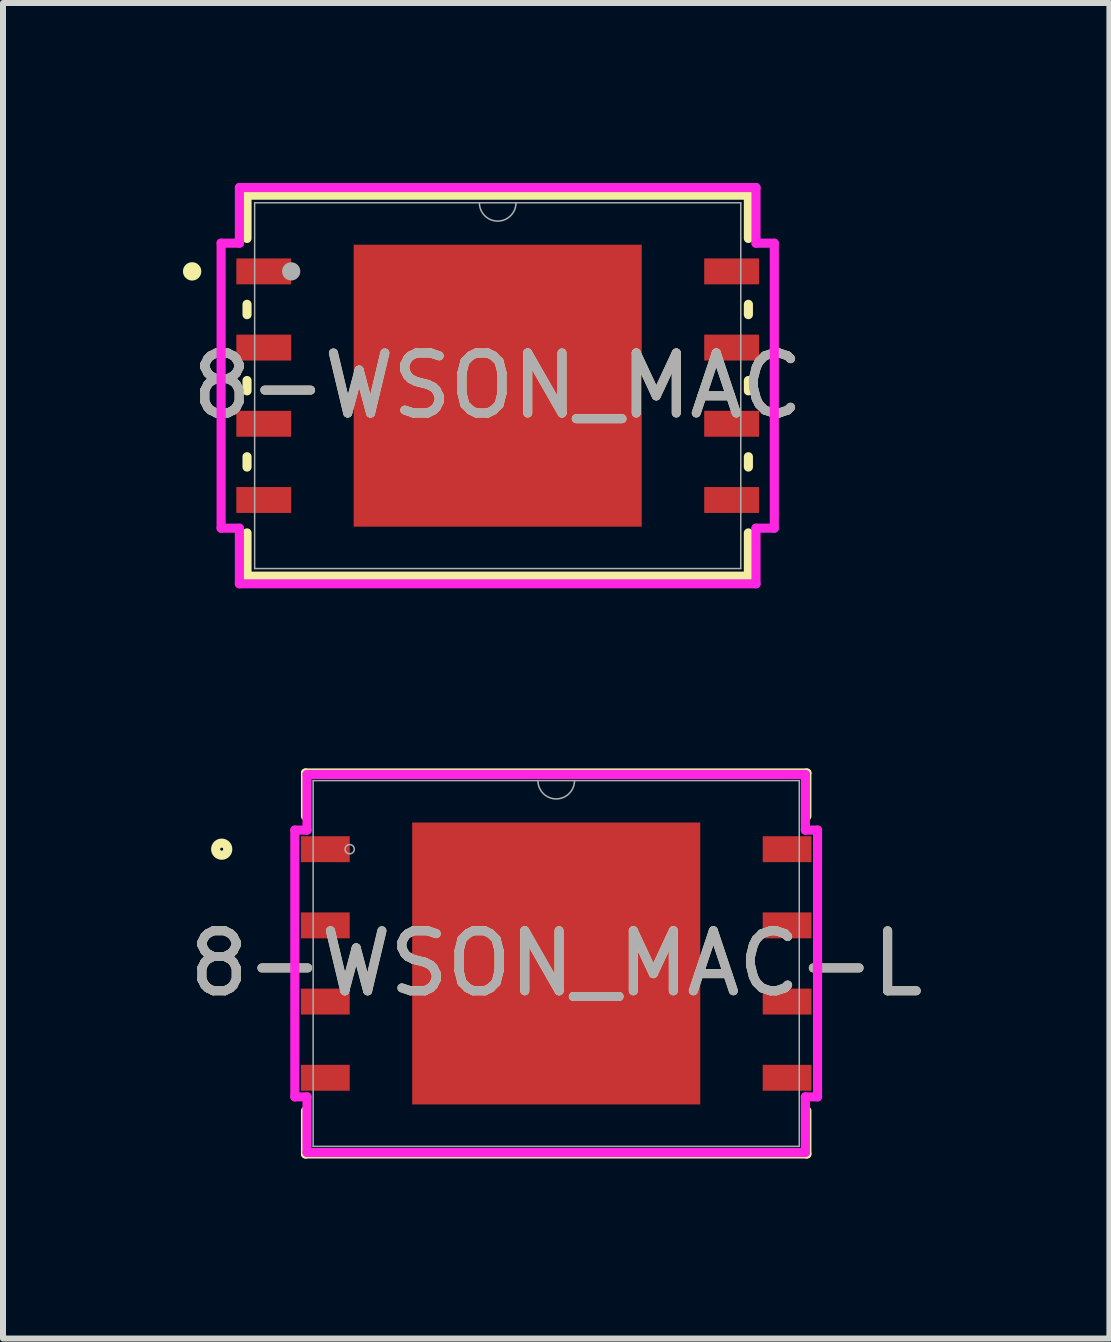
<source format=kicad_pcb>
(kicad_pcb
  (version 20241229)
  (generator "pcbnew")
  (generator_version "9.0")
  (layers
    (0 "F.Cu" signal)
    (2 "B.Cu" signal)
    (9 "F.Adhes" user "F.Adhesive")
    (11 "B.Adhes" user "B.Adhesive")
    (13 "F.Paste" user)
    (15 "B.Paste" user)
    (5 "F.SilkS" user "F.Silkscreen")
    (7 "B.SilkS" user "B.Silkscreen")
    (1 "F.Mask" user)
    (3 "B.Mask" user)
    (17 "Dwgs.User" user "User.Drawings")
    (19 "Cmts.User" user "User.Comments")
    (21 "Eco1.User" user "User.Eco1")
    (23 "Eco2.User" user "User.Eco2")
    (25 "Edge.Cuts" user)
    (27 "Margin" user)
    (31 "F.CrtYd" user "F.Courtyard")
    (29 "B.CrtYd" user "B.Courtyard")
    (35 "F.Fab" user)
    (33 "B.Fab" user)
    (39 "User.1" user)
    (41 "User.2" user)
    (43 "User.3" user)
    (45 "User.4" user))
  (footprint "8-WSON_MAC"
    (layer "F.Cu")
    (at 5.245 3.378)
    (property "Reference" "8-WSON_MAC" (at 0 0 0) (unlocked yes) (layer "F.SilkS") (effects (font (size 1 1) (thickness 0.15))))
    (attr smd)
    (fp_line (start -4.178 -3.175) (end -4.178 -2.454) (stroke (width 0.152) (type solid)) (layer "F.SilkS"))
    (fp_line (start -4.178 -1.356) (end -4.178 -1.184) (stroke (width 0.152) (type solid)) (layer "F.SilkS"))
    (fp_line (start -4.178 -0.086) (end -4.178 0.086) (stroke (width 0.152) (type solid)) (layer "F.SilkS"))
    (fp_line (start -4.178 1.184) (end -4.178 1.356) (stroke (width 0.152) (type solid)) (layer "F.SilkS"))
    (fp_line (start -4.178 2.454) (end -4.178 3.175) (stroke (width 0.152) (type solid)) (layer "F.SilkS"))
    (fp_line (start -4.178 3.175) (end 4.178 3.175) (stroke (width 0.152) (type solid)) (layer "F.SilkS"))
    (fp_line (start 4.178 -3.175) (end -4.178 -3.175) (stroke (width 0.152) (type solid)) (layer "F.SilkS"))
    (fp_line (start 4.178 -2.454) (end 4.178 -3.175) (stroke (width 0.152) (type solid)) (layer "F.SilkS"))
    (fp_line (start 4.178 -1.184) (end 4.178 -1.356) (stroke (width 0.152) (type solid)) (layer "F.SilkS"))
    (fp_line (start 4.178 0.086) (end 4.178 -0.086) (stroke (width 0.152) (type solid)) (layer "F.SilkS"))
    (fp_line (start 4.178 1.356) (end 4.178 1.184) (stroke (width 0.152) (type solid)) (layer "F.SilkS"))
    (fp_line (start 4.178 3.175) (end 4.178 2.454) (stroke (width 0.152) (type solid)) (layer "F.SilkS"))
    (fp_circle (center -5.093 -1.905) (end -5.016 -1.905) (stroke (width 0.152) (type solid)) (fill no) (layer "F.SilkS"))
    (fp_poly (pts (xy -2.3 -2.249) (xy -2.3 -0.883) (xy -0.9 -0.883) (xy -0.9 -2.249)) (stroke (width 0) (type solid)) (fill yes) (layer "F.Paste"))
    (fp_poly (pts (xy -2.3 -0.683) (xy -2.3 0.683) (xy -0.9 0.683) (xy -0.9 -0.683)) (stroke (width 0) (type solid)) (fill yes) (layer "F.Paste"))
    (fp_poly (pts (xy -2.3 0.883) (xy -2.3 2.249) (xy -0.9 2.249) (xy -0.9 0.883)) (stroke (width 0) (type solid)) (fill yes) (layer "F.Paste"))
    (fp_poly (pts (xy -0.7 -2.249) (xy -0.7 -0.883) (xy 0.7 -0.883) (xy 0.7 -2.249)) (stroke (width 0) (type solid)) (fill yes) (layer "F.Paste"))
    (fp_poly (pts (xy -0.7 -0.683) (xy -0.7 0.683) (xy 0.7 0.683) (xy 0.7 -0.683)) (stroke (width 0) (type solid)) (fill yes) (layer "F.Paste"))
    (fp_poly (pts (xy -0.7 0.883) (xy -0.7 2.249) (xy 0.7 2.249) (xy 0.7 0.883)) (stroke (width 0) (type solid)) (fill yes) (layer "F.Paste"))
    (fp_poly (pts (xy 0.9 -2.249) (xy 0.9 -0.883) (xy 2.3 -0.883) (xy 2.3 -2.249)) (stroke (width 0) (type solid)) (fill yes) (layer "F.Paste"))
    (fp_poly (pts (xy 0.9 -0.683) (xy 0.9 0.683) (xy 2.3 0.683) (xy 2.3 -0.683)) (stroke (width 0) (type solid)) (fill yes) (layer "F.Paste"))
    (fp_poly (pts (xy 0.9 0.883) (xy 0.9 2.249) (xy 2.3 2.249) (xy 2.3 0.883)) (stroke (width 0) (type solid)) (fill yes) (layer "F.Paste"))
    (fp_line (start -4.61 -2.375) (end -4.305 -2.375) (stroke (width 0.152) (type solid)) (layer "F.CrtYd"))
    (fp_line (start -4.61 2.375) (end -4.61 -2.375) (stroke (width 0.152) (type solid)) (layer "F.CrtYd"))
    (fp_line (start -4.61 2.375) (end -4.305 2.375) (stroke (width 0.152) (type solid)) (layer "F.CrtYd"))
    (fp_line (start -4.305 -3.302) (end 4.305 -3.302) (stroke (width 0.152) (type solid)) (layer "F.CrtYd"))
    (fp_line (start -4.305 -2.375) (end -4.305 -3.302) (stroke (width 0.152) (type solid)) (layer "F.CrtYd"))
    (fp_line (start -4.305 3.302) (end -4.305 2.375) (stroke (width 0.152) (type solid)) (layer "F.CrtYd"))
    (fp_line (start 4.305 -3.302) (end 4.305 -2.375) (stroke (width 0.152) (type solid)) (layer "F.CrtYd"))
    (fp_line (start 4.305 2.375) (end 4.305 3.302) (stroke (width 0.152) (type solid)) (layer "F.CrtYd"))
    (fp_line (start 4.305 3.302) (end -4.305 3.302) (stroke (width 0.152) (type solid)) (layer "F.CrtYd"))
    (fp_line (start 4.61 -2.375) (end 4.305 -2.375) (stroke (width 0.152) (type solid)) (layer "F.CrtYd"))
    (fp_line (start 4.61 -2.375) (end 4.61 2.375) (stroke (width 0.152) (type solid)) (layer "F.CrtYd"))
    (fp_line (start 4.61 2.375) (end 4.305 2.375) (stroke (width 0.152) (type solid)) (layer "F.CrtYd"))
    (fp_line (start -4.051 -3.048) (end -4.051 3.048) (stroke (width 0.025) (type solid)) (layer "F.Fab"))
    (fp_line (start -4.051 3.048) (end 4.051 3.048) (stroke (width 0.025) (type solid)) (layer "F.Fab"))
    (fp_line (start 4.051 -3.048) (end -4.051 -3.048) (stroke (width 0.025) (type solid)) (layer "F.Fab"))
    (fp_line (start 4.051 3.048) (end 4.051 -3.048) (stroke (width 0.025) (type solid)) (layer "F.Fab"))
    (fp_arc (start 0.3048 -3.048) (mid 0 -2.7432) (end -0.3048 -3.048) (stroke (width 0.0254) (type solid)) (layer "F.Fab"))
    (fp_circle (center -3.442 -1.905) (end -3.442 -1.905) (stroke (width 0.152) (type solid)) (fill no) (layer "F.Fab"))
    (fp_text user "${REFERENCE}" (at 0 0 0) (unlocked yes) (layer "F.Fab") (effects (font (size 1 1) (thickness 0.15))))
    (pad "1" smd rect (at -3.899 -1.905) (size 0.914 0.432) (layers "F.Cu" "F.Mask" "F.Paste"))
    (pad "2" smd rect (at -3.899 -0.635) (size 0.914 0.432) (layers "F.Cu" "F.Mask" "F.Paste"))
    (pad "3" smd rect (at -3.899 0.635) (size 0.914 0.432) (layers "F.Cu" "F.Mask" "F.Paste"))
    (pad "4" smd rect (at -3.899 1.905) (size 0.914 0.432) (layers "F.Cu" "F.Mask" "F.Paste"))
    (pad "5" smd rect (at 3.899 1.905) (size 0.914 0.432) (layers "F.Cu" "F.Mask" "F.Paste"))
    (pad "6" smd rect (at 3.899 0.635) (size 0.914 0.432) (layers "F.Cu" "F.Mask" "F.Paste"))
    (pad "7" smd rect (at 3.899 -0.635) (size 0.914 0.432) (layers "F.Cu" "F.Mask" "F.Paste"))
    (pad "8" smd rect (at 3.899 -1.905) (size 0.914 0.432) (layers "F.Cu" "F.Mask" "F.Paste"))
    (pad "9" smd rect (at 0 0) (size 4.801 4.699) (layers "F.Cu" "F.Mask" "F.Paste")))
  (footprint "8-WSON_MAC-L"
    (layer "F.Cu")
    (at 6.22 13.008)
    (property "Reference" "8-WSON_MAC-L" (at 0 0 0) (unlocked yes) (layer "F.SilkS") (effects (font (size 1 1) (thickness 0.15))))
    (attr smd)
    (fp_line (start -4.178 -3.175) (end -4.178 -2.454) (stroke (width 0.152) (type solid)) (layer "F.SilkS"))
    (fp_line (start -4.178 2.454) (end -4.178 3.175) (stroke (width 0.152) (type solid)) (layer "F.SilkS"))
    (fp_line (start -4.178 3.175) (end 4.178 3.175) (stroke (width 0.152) (type solid)) (layer "F.SilkS"))
    (fp_line (start 4.178 -3.175) (end -4.178 -3.175) (stroke (width 0.152) (type solid)) (layer "F.SilkS"))
    (fp_line (start 4.178 -2.454) (end 4.178 -3.175) (stroke (width 0.152) (type solid)) (layer "F.SilkS"))
    (fp_line (start 4.178 3.175) (end 4.178 2.454) (stroke (width 0.152) (type solid)) (layer "F.SilkS"))
    (fp_circle (center -5.575 -1.905) (end -5.474 -1.905) (stroke (width 0.152) (type solid)) (fill no) (layer "F.SilkS"))
    (fp_poly (pts (xy -2.3 -2.249) (xy -2.3 -0.883) (xy -0.9 -0.883) (xy -0.9 -2.249)) (stroke (width 0) (type solid)) (fill yes) (layer "F.Paste"))
    (fp_poly (pts (xy -2.3 -0.683) (xy -2.3 0.683) (xy -0.9 0.683) (xy -0.9 -0.683)) (stroke (width 0) (type solid)) (fill yes) (layer "F.Paste"))
    (fp_poly (pts (xy -2.3 0.883) (xy -2.3 2.249) (xy -0.9 2.249) (xy -0.9 0.883)) (stroke (width 0) (type solid)) (fill yes) (layer "F.Paste"))
    (fp_poly (pts (xy -0.7 -2.249) (xy -0.7 -0.883) (xy 0.7 -0.883) (xy 0.7 -2.249)) (stroke (width 0) (type solid)) (fill yes) (layer "F.Paste"))
    (fp_poly (pts (xy -0.7 -0.683) (xy -0.7 0.683) (xy 0.7 0.683) (xy 0.7 -0.683)) (stroke (width 0) (type solid)) (fill yes) (layer "F.Paste"))
    (fp_poly (pts (xy -0.7 0.883) (xy -0.7 2.249) (xy 0.7 2.249) (xy 0.7 0.883)) (stroke (width 0) (type solid)) (fill yes) (layer "F.Paste"))
    (fp_poly (pts (xy 0.9 -2.249) (xy 0.9 -0.883) (xy 2.3 -0.883) (xy 2.3 -2.249)) (stroke (width 0) (type solid)) (fill yes) (layer "F.Paste"))
    (fp_poly (pts (xy 0.9 -0.683) (xy 0.9 0.683) (xy 2.3 0.683) (xy 2.3 -0.683)) (stroke (width 0) (type solid)) (fill yes) (layer "F.Paste"))
    (fp_poly (pts (xy 0.9 0.883) (xy 0.9 2.249) (xy 2.3 2.249) (xy 2.3 0.883)) (stroke (width 0) (type solid)) (fill yes) (layer "F.Paste"))
    (fp_line (start -4.356 -2.223) (end -4.153 -2.223) (stroke (width 0.152) (type solid)) (layer "F.CrtYd"))
    (fp_line (start -4.356 2.223) (end -4.356 -2.223) (stroke (width 0.152) (type solid)) (layer "F.CrtYd"))
    (fp_line (start -4.356 2.223) (end -4.153 2.223) (stroke (width 0.152) (type solid)) (layer "F.CrtYd"))
    (fp_line (start -4.153 -3.15) (end 4.153 -3.15) (stroke (width 0.152) (type solid)) (layer "F.CrtYd"))
    (fp_line (start -4.153 -2.223) (end -4.153 -3.15) (stroke (width 0.152) (type solid)) (layer "F.CrtYd"))
    (fp_line (start -4.153 3.15) (end -4.153 2.223) (stroke (width 0.152) (type solid)) (layer "F.CrtYd"))
    (fp_line (start 4.153 -3.15) (end 4.153 -2.223) (stroke (width 0.152) (type solid)) (layer "F.CrtYd"))
    (fp_line (start 4.153 2.223) (end 4.153 3.15) (stroke (width 0.152) (type solid)) (layer "F.CrtYd"))
    (fp_line (start 4.153 3.15) (end -4.153 3.15) (stroke (width 0.152) (type solid)) (layer "F.CrtYd"))
    (fp_line (start 4.356 -2.223) (end 4.153 -2.223) (stroke (width 0.152) (type solid)) (layer "F.CrtYd"))
    (fp_line (start 4.356 -2.223) (end 4.356 2.223) (stroke (width 0.152) (type solid)) (layer "F.CrtYd"))
    (fp_line (start 4.356 2.223) (end 4.153 2.223) (stroke (width 0.152) (type solid)) (layer "F.CrtYd"))
    (fp_line (start -4.051 -3.048) (end -4.051 3.048) (stroke (width 0.025) (type solid)) (layer "F.Fab"))
    (fp_line (start -4.051 3.048) (end 4.051 3.048) (stroke (width 0.025) (type solid)) (layer "F.Fab"))
    (fp_line (start 4.051 -3.048) (end -4.051 -3.048) (stroke (width 0.025) (type solid)) (layer "F.Fab"))
    (fp_line (start 4.051 3.048) (end 4.051 -3.048) (stroke (width 0.025) (type solid)) (layer "F.Fab"))
    (fp_arc (start 0.3048 -3.048) (mid 0 -2.7432) (end -0.3048 -3.048) (stroke (width 0.0254) (type solid)) (layer "F.Fab"))
    (fp_circle (center -3.442 -1.905) (end -3.365 -1.905) (stroke (width 0.025) (type solid)) (fill no) (layer "F.Fab"))
    (fp_text user "${REFERENCE}" (at 0 0 0) (unlocked yes) (layer "F.Fab") (effects (font (size 1 1) (thickness 0.15))))
    (pad "1" smd rect (at -3.848 -1.905) (size 0.813 0.432) (layers "F.Cu" "F.Mask" "F.Paste"))
    (pad "2" smd rect (at -3.848 -0.635) (size 0.813 0.432) (layers "F.Cu" "F.Mask" "F.Paste"))
    (pad "3" smd rect (at -3.848 0.635) (size 0.813 0.432) (layers "F.Cu" "F.Mask" "F.Paste"))
    (pad "4" smd rect (at -3.848 1.905) (size 0.813 0.432) (layers "F.Cu" "F.Mask" "F.Paste"))
    (pad "5" smd rect (at 3.848 1.905) (size 0.813 0.432) (layers "F.Cu" "F.Mask" "F.Paste"))
    (pad "6" smd rect (at 3.848 0.635) (size 0.813 0.432) (layers "F.Cu" "F.Mask" "F.Paste"))
    (pad "7" smd rect (at 3.848 -0.635) (size 0.813 0.432) (layers "F.Cu" "F.Mask" "F.Paste"))
    (pad "8" smd rect (at 3.848 -1.905) (size 0.813 0.432) (layers "F.Cu" "F.Mask" "F.Paste"))
    (pad "9" smd rect (at 0 0) (size 4.801 4.699) (layers "F.Cu" "F.Mask" "F.Paste")))
  (gr_rect
    (start -3 -3)
    (end 15.44 19.259)
    (stroke (width 0.1) (type default))
    (fill no)
    (layer "Edge.Cuts")))
</source>
